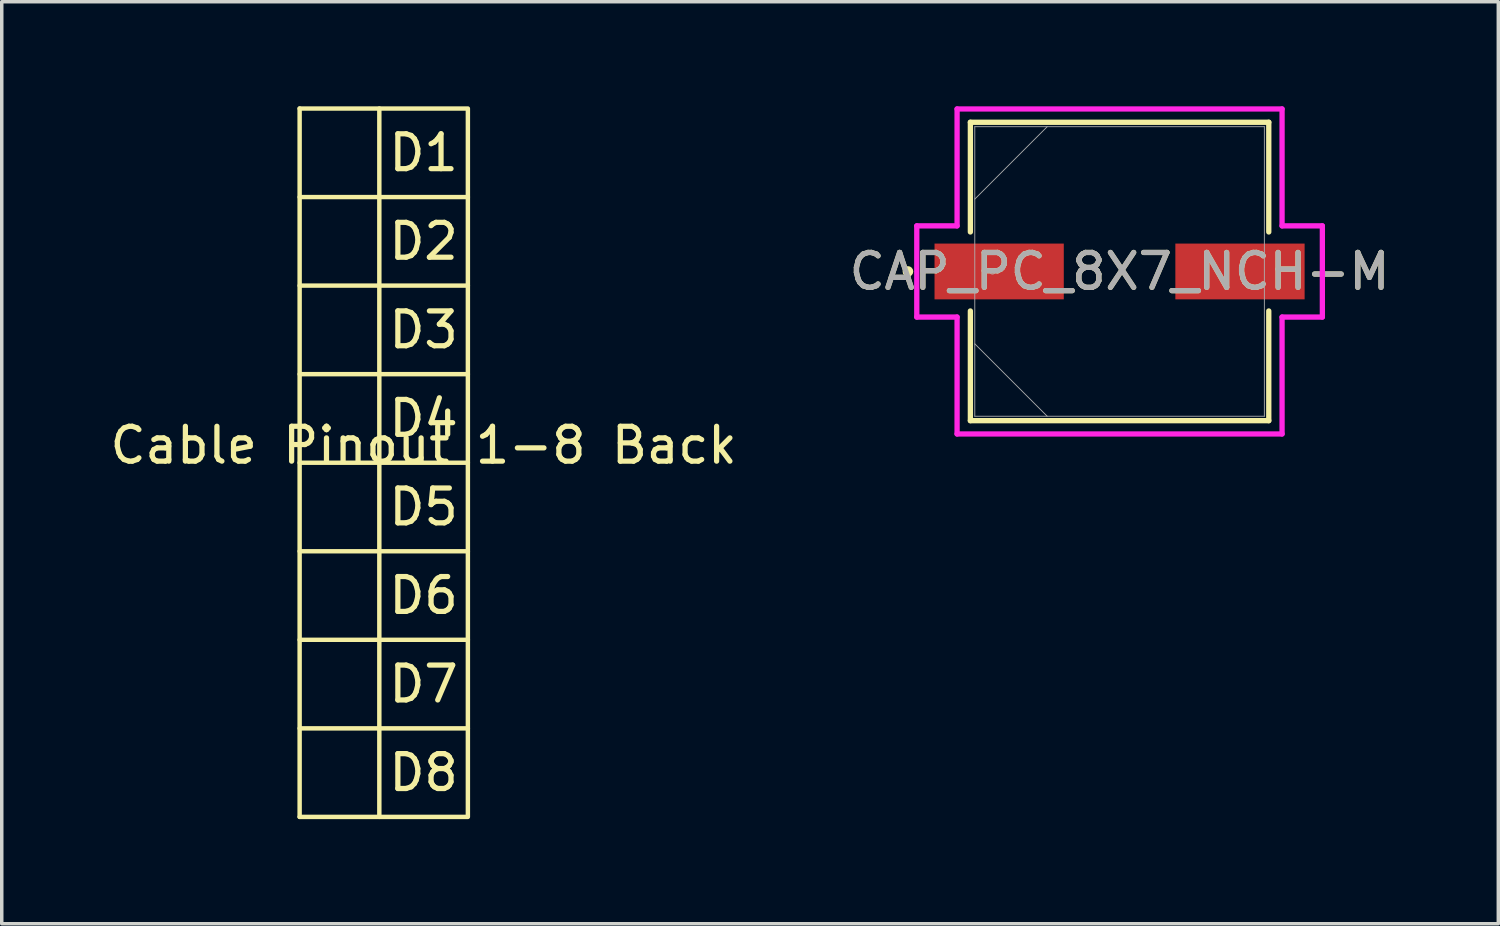
<source format=kicad_pcb>
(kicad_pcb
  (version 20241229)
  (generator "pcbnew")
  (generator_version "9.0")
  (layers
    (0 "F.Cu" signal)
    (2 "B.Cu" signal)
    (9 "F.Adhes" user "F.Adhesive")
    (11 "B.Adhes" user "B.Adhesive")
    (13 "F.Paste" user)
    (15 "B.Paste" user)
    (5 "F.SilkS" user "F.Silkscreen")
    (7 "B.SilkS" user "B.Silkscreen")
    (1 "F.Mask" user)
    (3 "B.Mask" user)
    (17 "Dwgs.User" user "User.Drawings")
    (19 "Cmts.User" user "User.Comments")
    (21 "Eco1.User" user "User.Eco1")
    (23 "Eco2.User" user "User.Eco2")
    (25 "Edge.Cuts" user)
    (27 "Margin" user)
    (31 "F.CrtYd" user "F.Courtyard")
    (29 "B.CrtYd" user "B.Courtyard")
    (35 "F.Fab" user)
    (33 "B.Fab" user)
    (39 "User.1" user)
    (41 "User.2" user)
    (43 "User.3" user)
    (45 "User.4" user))
  (footprint "CAP_PC_8X7_NCH-M"
    (layer "F.Cu")
    (at 29.065 4.737)
    (property "Reference" "CAP_PC_8X7_NCH-M" (at 0 0 0) (unlocked yes) (layer "F.SilkS") (effects (font (size 1 1) (thickness 0.15))))
    (attr smd)
    (fp_line (start -4.28 -4.28) (end -4.28 -1.133) (stroke (width 0.152) (type solid)) (layer "F.SilkS"))
    (fp_line (start -4.28 1.133) (end -4.28 4.28) (stroke (width 0.152) (type solid)) (layer "F.SilkS"))
    (fp_line (start -4.28 4.28) (end 4.28 4.28) (stroke (width 0.152) (type solid)) (layer "F.SilkS"))
    (fp_line (start 4.28 -4.28) (end -4.28 -4.28) (stroke (width 0.152) (type solid)) (layer "F.SilkS"))
    (fp_line (start 4.28 -1.133) (end 4.28 -4.28) (stroke (width 0.152) (type solid)) (layer "F.SilkS"))
    (fp_line (start 4.28 4.28) (end 4.28 1.133) (stroke (width 0.152) (type solid)) (layer "F.SilkS"))
    (fp_circle (center -6.071 0) (end -5.994 0) (stroke (width 0.152) (type solid)) (fill no) (layer "F.SilkS"))
    (fp_line (start -5.817 -1.308) (end -4.661 -1.308) (stroke (width 0.152) (type solid)) (layer "F.CrtYd"))
    (fp_line (start -5.817 1.308) (end -5.817 -1.308) (stroke (width 0.152) (type solid)) (layer "F.CrtYd"))
    (fp_line (start -4.661 -4.661) (end 4.661 -4.661) (stroke (width 0.152) (type solid)) (layer "F.CrtYd"))
    (fp_line (start -4.661 -1.308) (end -4.661 -4.661) (stroke (width 0.152) (type solid)) (layer "F.CrtYd"))
    (fp_line (start -4.661 1.308) (end -5.817 1.308) (stroke (width 0.152) (type solid)) (layer "F.CrtYd"))
    (fp_line (start -4.661 4.661) (end -4.661 1.308) (stroke (width 0.152) (type solid)) (layer "F.CrtYd"))
    (fp_line (start 4.661 -4.661) (end 4.661 -1.308) (stroke (width 0.152) (type solid)) (layer "F.CrtYd"))
    (fp_line (start 4.661 -1.308) (end 5.817 -1.308) (stroke (width 0.152) (type solid)) (layer "F.CrtYd"))
    (fp_line (start 4.661 1.308) (end 4.661 4.661) (stroke (width 0.152) (type solid)) (layer "F.CrtYd"))
    (fp_line (start 4.661 4.661) (end -4.661 4.661) (stroke (width 0.152) (type solid)) (layer "F.CrtYd"))
    (fp_line (start 5.817 -1.308) (end 5.817 1.308) (stroke (width 0.152) (type solid)) (layer "F.CrtYd"))
    (fp_line (start 5.817 1.308) (end 4.661 1.308) (stroke (width 0.152) (type solid)) (layer "F.CrtYd"))
    (fp_line (start -4.153 -4.153) (end -4.153 4.153) (stroke (width 0.025) (type solid)) (layer "F.Fab"))
    (fp_line (start -4.153 -2.076) (end -2.076 -4.153) (stroke (width 0.025) (type solid)) (layer "F.Fab"))
    (fp_line (start -4.153 2.076) (end -2.076 4.153) (stroke (width 0.025) (type solid)) (layer "F.Fab"))
    (fp_line (start -4.153 4.153) (end 4.153 4.153) (stroke (width 0.025) (type solid)) (layer "F.Fab"))
    (fp_line (start 4.153 -4.153) (end -4.153 -4.153) (stroke (width 0.025) (type solid)) (layer "F.Fab"))
    (fp_line (start 4.153 4.153) (end 4.153 -4.153) (stroke (width 0.025) (type solid)) (layer "F.Fab"))
    (fp_circle (center -3.645 0) (end -3.569 0) (stroke (width 0.025) (type solid)) (fill no) (layer "F.Fab"))
    (fp_text user "${REFERENCE}" (at 0 0 0) (unlocked yes) (layer "F.Fab") (effects (font (size 1 1) (thickness 0.15))))
    (pad "1" smd rect (at -3.454 0) (size 3.708 1.6) (layers "F.Cu" "F.Mask" "F.Paste"))
    (pad "2" smd rect (at 3.454 0) (size 3.708 1.6) (layers "F.Cu" "F.Mask" "F.Paste"))
    (zone (net_name "") (layer "F.Cu") (hatch full 0.508) (connect_pads) (min_thickness 0.254) (filled_areas_thickness no) (keepout (tracks not_allowed) (vias not_allowed) (pads allowed) (copperpour not_allowed) (footprints allowed)) (placement (enabled no)) (fill) (polygon (pts (xy 24.963 0.635) (xy 33.168 0.635) (xy 33.168 3.886) (xy 24.963 3.886))))
    (zone (net_name "") (layer "F.Cu") (hatch full 0.508) (connect_pads) (min_thickness 0.254) (filled_areas_thickness no) (keepout (tracks not_allowed) (vias not_allowed) (pads allowed) (copperpour not_allowed) (footprints allowed)) (placement (enabled no)) (fill) (polygon (pts (xy 24.963 5.588) (xy 33.168 5.588) (xy 33.168 8.839) (xy 24.963 8.839))))
    (zone (net_name "") (layer "F.Cu") (hatch full 0.508) (connect_pads) (min_thickness 0.254) (filled_areas_thickness no) (keepout (tracks not_allowed) (vias not_allowed) (pads allowed) (copperpour not_allowed) (footprints allowed)) (placement (enabled no)) (fill) (polygon (pts (xy 27.516 3.886) (xy 30.615 3.886) (xy 30.615 5.588) (xy 27.516 5.588)))))
  (footprint "Cable Pinout 1-8 Back"
    (layer "F.Cu")
    (at 9.101 10.223)
    (property "Reference" "Cable Pinout 1-8 Back" (at 0 -0.5 0) (unlocked yes) (layer "F.SilkS") (effects (font (size 1 1) (thickness 0.15))))
    (attr smd)
    (fp_line (start -3.556 -10.16) (end -1.27 -10.16) (stroke (width 0.127) (type default)) (layer "F.SilkS"))
    (fp_line (start -3.556 10.16) (end -3.556 -10.16) (stroke (width 0.127) (type default)) (layer "F.SilkS"))
    (fp_line (start -1.27 -7.62) (end -3.556 -7.62) (stroke (width 0.127) (type default)) (layer "F.SilkS"))
    (fp_line (start -1.27 -7.62) (end 1.27 -7.62) (stroke (width 0.127) (type default)) (layer "F.SilkS"))
    (fp_line (start -1.27 -5.08) (end -3.556 -5.08) (stroke (width 0.127) (type default)) (layer "F.SilkS"))
    (fp_line (start -1.27 -5.08) (end 1.27 -5.08) (stroke (width 0.127) (type default)) (layer "F.SilkS"))
    (fp_line (start -1.27 -2.54) (end -3.556 -2.54) (stroke (width 0.127) (type default)) (layer "F.SilkS"))
    (fp_line (start -1.27 -2.54) (end 1.27 -2.54) (stroke (width 0.127) (type default)) (layer "F.SilkS"))
    (fp_line (start -1.27 0) (end -3.556 0) (stroke (width 0.127) (type default)) (layer "F.SilkS"))
    (fp_line (start -1.27 0) (end 1.27 0) (stroke (width 0.127) (type default)) (layer "F.SilkS"))
    (fp_line (start -1.27 2.54) (end -3.556 2.54) (stroke (width 0.127) (type default)) (layer "F.SilkS"))
    (fp_line (start -1.27 2.54) (end 1.27 2.54) (stroke (width 0.127) (type default)) (layer "F.SilkS"))
    (fp_line (start -1.27 5.08) (end -3.556 5.08) (stroke (width 0.127) (type default)) (layer "F.SilkS"))
    (fp_line (start -1.27 5.08) (end 1.27 5.08) (stroke (width 0.127) (type default)) (layer "F.SilkS"))
    (fp_line (start -1.27 7.62) (end -3.556 7.62) (stroke (width 0.127) (type default)) (layer "F.SilkS"))
    (fp_line (start -1.27 7.62) (end 1.27 7.62) (stroke (width 0.127) (type default)) (layer "F.SilkS"))
    (fp_line (start -1.27 10.16) (end -3.556 10.16) (stroke (width 0.127) (type default)) (layer "F.SilkS"))
    (fp_rect (start -1.27 -10.16) (end 1.27 10.16) (stroke (width 0.127) (type default)) (fill no) (layer "F.SilkS"))
    (fp_text user "D2" (at 0 -6.35 0) (unlocked yes) (layer "F.SilkS") (effects (font (size 1 1) (thickness 0.15))))
    (fp_text user "D1" (at 0 -8.89 0) (unlocked yes) (layer "F.SilkS") (effects (font (size 1 1) (thickness 0.15))))
    (fp_text user "D5" (at 0 1.27 0) (unlocked yes) (layer "F.SilkS") (effects (font (size 1 1) (thickness 0.15))))
    (fp_text user "D4" (at 0 -1.27 0) (unlocked yes) (layer "F.SilkS") (effects (font (size 1 1) (thickness 0.15))))
    (fp_text user "D6" (at 0 3.81 0) (unlocked yes) (layer "F.SilkS") (effects (font (size 1 1) (thickness 0.15))))
    (fp_text user "D8" (at 0 8.89 0) (unlocked yes) (layer "F.SilkS") (effects (font (size 1 1) (thickness 0.15))))
    (fp_text user "D3" (at 0 -3.81 0) (unlocked yes) (layer "F.SilkS") (effects (font (size 1 1) (thickness 0.15))))
    (fp_text user "D7" (at 0 6.35 0) (unlocked yes) (layer "F.SilkS") (effects (font (size 1 1) (thickness 0.15)))))
  (gr_rect
    (start -3 -3)
    (end 39.929 23.447)
    (stroke (width 0.1) (type default))
    (fill no)
    (layer "Edge.Cuts")))
</source>
